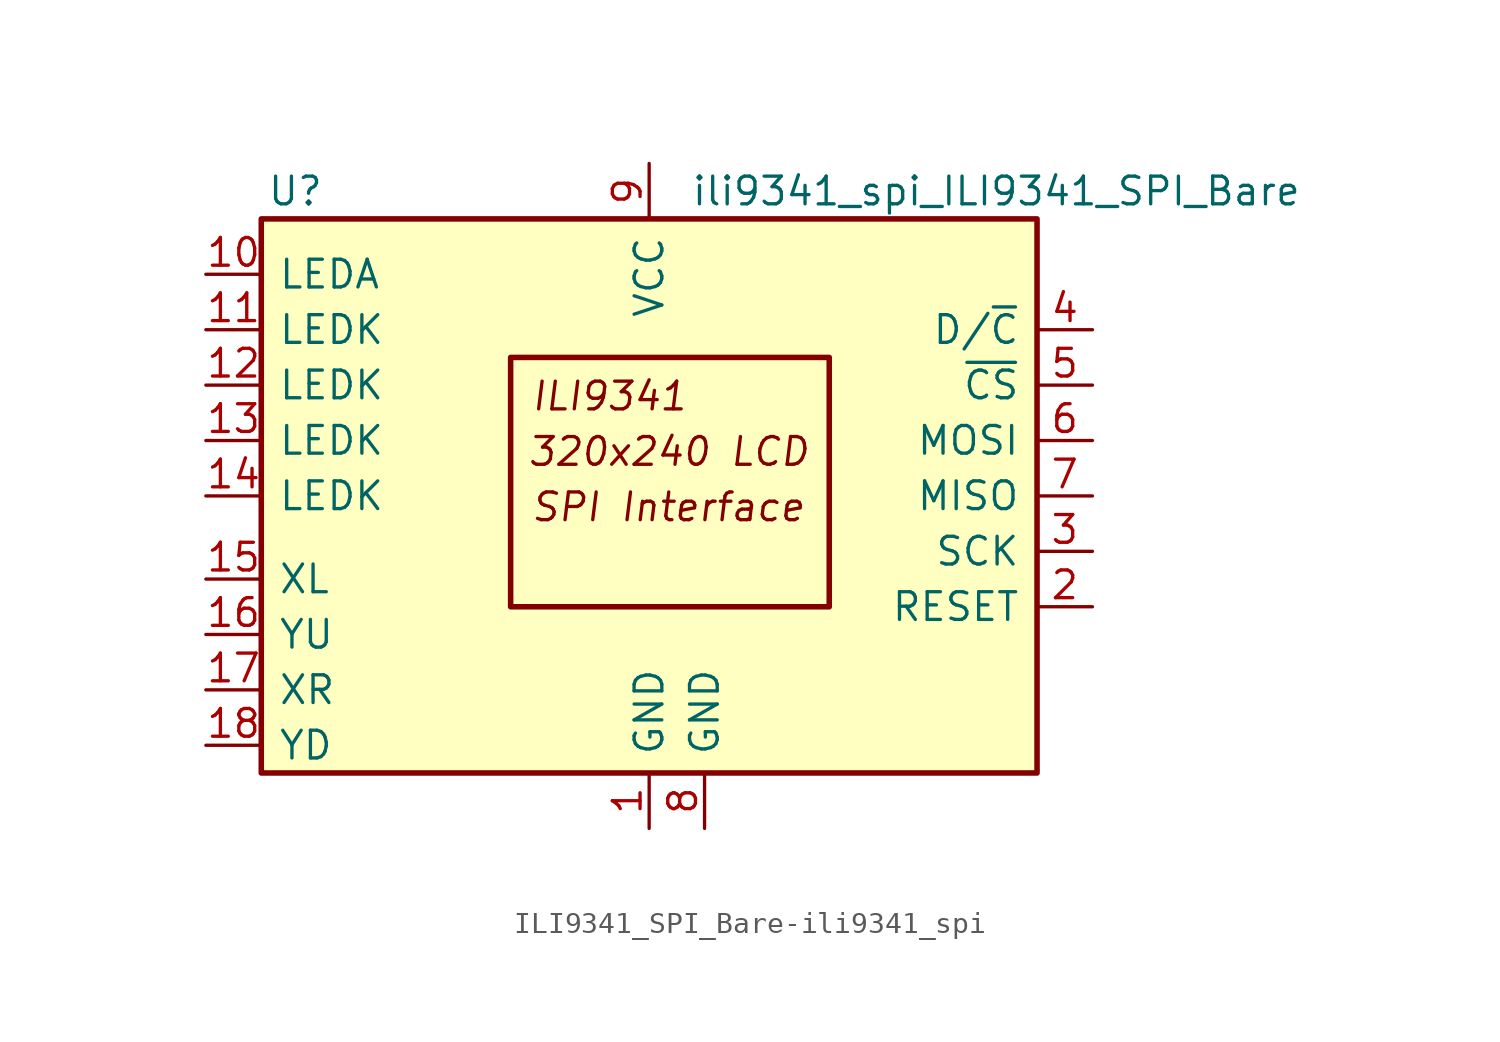
<source format=kicad_sym>
(kicad_symbol_lib
  (version 20231120)
  (generator "kicad_symbol_editor")
  (generator_version "8.0")
  (symbol "ILI9341_SPI_Bare-ili9341_spi"
    (pin_names
      (offset 0.762))
    (property "Reference" "U"
      (at -17.526 13.97 0)
      (effects (font (size 1.27 1.27)) (justify left)))
    (property "Value" "ili9341_spi_ILI9341_SPI_Bare"
      (at 1.905 13.97 0)
      (effects (font (size 1.27 1.27)) (justify left)))
    (symbol "ILI9341_SPI_Bare-ili9341_spi_0_0"
      (text "320x240 LCD" (at 0.889 2.032 0) (effects (font (size 1.27 1.27) (italic yes))))
      (text "ILI9341" (at -5.461 4.572 0) (effects (font (size 1.27 1.27) (italic yes)) (justify left)))
      (text "SPI Interface" (at -5.461 -0.508 0) (effects (font (size 1.27 1.27) (italic yes)) (justify left))))
    (symbol "ILI9341_SPI_Bare-ili9341_spi_0_1"
      (rectangle (start -17.78 12.7) (end 17.78 -12.7) (stroke (width 0.254) (type solid)) (fill (type background)))
      (rectangle (start -6.35 6.35) (end 8.255 -5.08) (stroke (width 0.254) (type solid)) (fill (type none))))
    (symbol "ILI9341_SPI_Bare-ili9341_spi_1_1"
      (pin power_in line (at 0 -15.24 90) (length 2.54) (name "GND" (effects (font (size 1.27 1.27)))) (number "1" (effects (font (size 1.27 1.27)))))
      (pin input line (at -20.32 10.16 0) (length 2.54) (name "LEDA" (effects (font (size 1.27 1.27)))) (number "10" (effects (font (size 1.27 1.27)))))
      (pin input line (at -20.32 7.62 0) (length 2.54) (name "LEDK" (effects (font (size 1.27 1.27)))) (number "11" (effects (font (size 1.27 1.27)))))
      (pin input line (at -20.32 5.08 0) (length 2.54) (name "LEDK" (effects (font (size 1.27 1.27)))) (number "12" (effects (font (size 1.27 1.27)))))
      (pin input line (at -20.32 2.54 0) (length 2.54) (name "LEDK" (effects (font (size 1.27 1.27)))) (number "13" (effects (font (size 1.27 1.27)))))
      (pin input line (at -20.32 0 0) (length 2.54) (name "LEDK" (effects (font (size 1.27 1.27)))) (number "14" (effects (font (size 1.27 1.27)))))
      (pin input line (at -20.32 -3.81 0) (length 2.54) (name "XL" (effects (font (size 1.27 1.27)))) (number "15" (effects (font (size 1.27 1.27)))))
      (pin input line (at -20.32 -6.35 0) (length 2.54) (name "YU" (effects (font (size 1.27 1.27)))) (number "16" (effects (font (size 1.27 1.27)))))
      (pin input line (at -20.32 -8.89 0) (length 2.54) (name "XR" (effects (font (size 1.27 1.27)))) (number "17" (effects (font (size 1.27 1.27)))))
      (pin input line (at -20.32 -11.43 0) (length 2.54) (name "YD" (effects (font (size 1.27 1.27)))) (number "18" (effects (font (size 1.27 1.27)))))
      (pin input line (at 20.32 -5.08 180) (length 2.54) (name "RESET" (effects (font (size 1.27 1.27)))) (number "2" (effects (font (size 1.27 1.27)))))
      (pin input line (at 20.32 -2.54 180) (length 2.54) (name "SCK" (effects (font (size 1.27 1.27)))) (number "3" (effects (font (size 1.27 1.27)))))
      (pin input line (at 20.32 7.62 180) (length 2.54) (name "D/~{C}" (effects (font (size 1.27 1.27)))) (number "4" (effects (font (size 1.27 1.27)))))
      (pin input line (at 20.32 5.08 180) (length 2.54) (name "~{CS}" (effects (font (size 1.27 1.27)))) (number "5" (effects (font (size 1.27 1.27)))))
      (pin input line (at 20.32 2.54 180) (length 2.54) (name "MOSI" (effects (font (size 1.27 1.27)))) (number "6" (effects (font (size 1.27 1.27)))))
      (pin output line (at 20.32 0 180) (length 2.54) (name "MISO" (effects (font (size 1.27 1.27)))) (number "7" (effects (font (size 1.27 1.27)))))
      (pin power_in line (at 2.54 -15.24 90) (length 2.54) (name "GND" (effects (font (size 1.27 1.27)))) (number "8" (effects (font (size 1.27 1.27)))))
      (pin power_in line (at 0 15.24 270) (length 2.54) (name "VCC" (effects (font (size 1.27 1.27)))) (number "9" (effects (font (size 1.27 1.27))))))))
</source>
